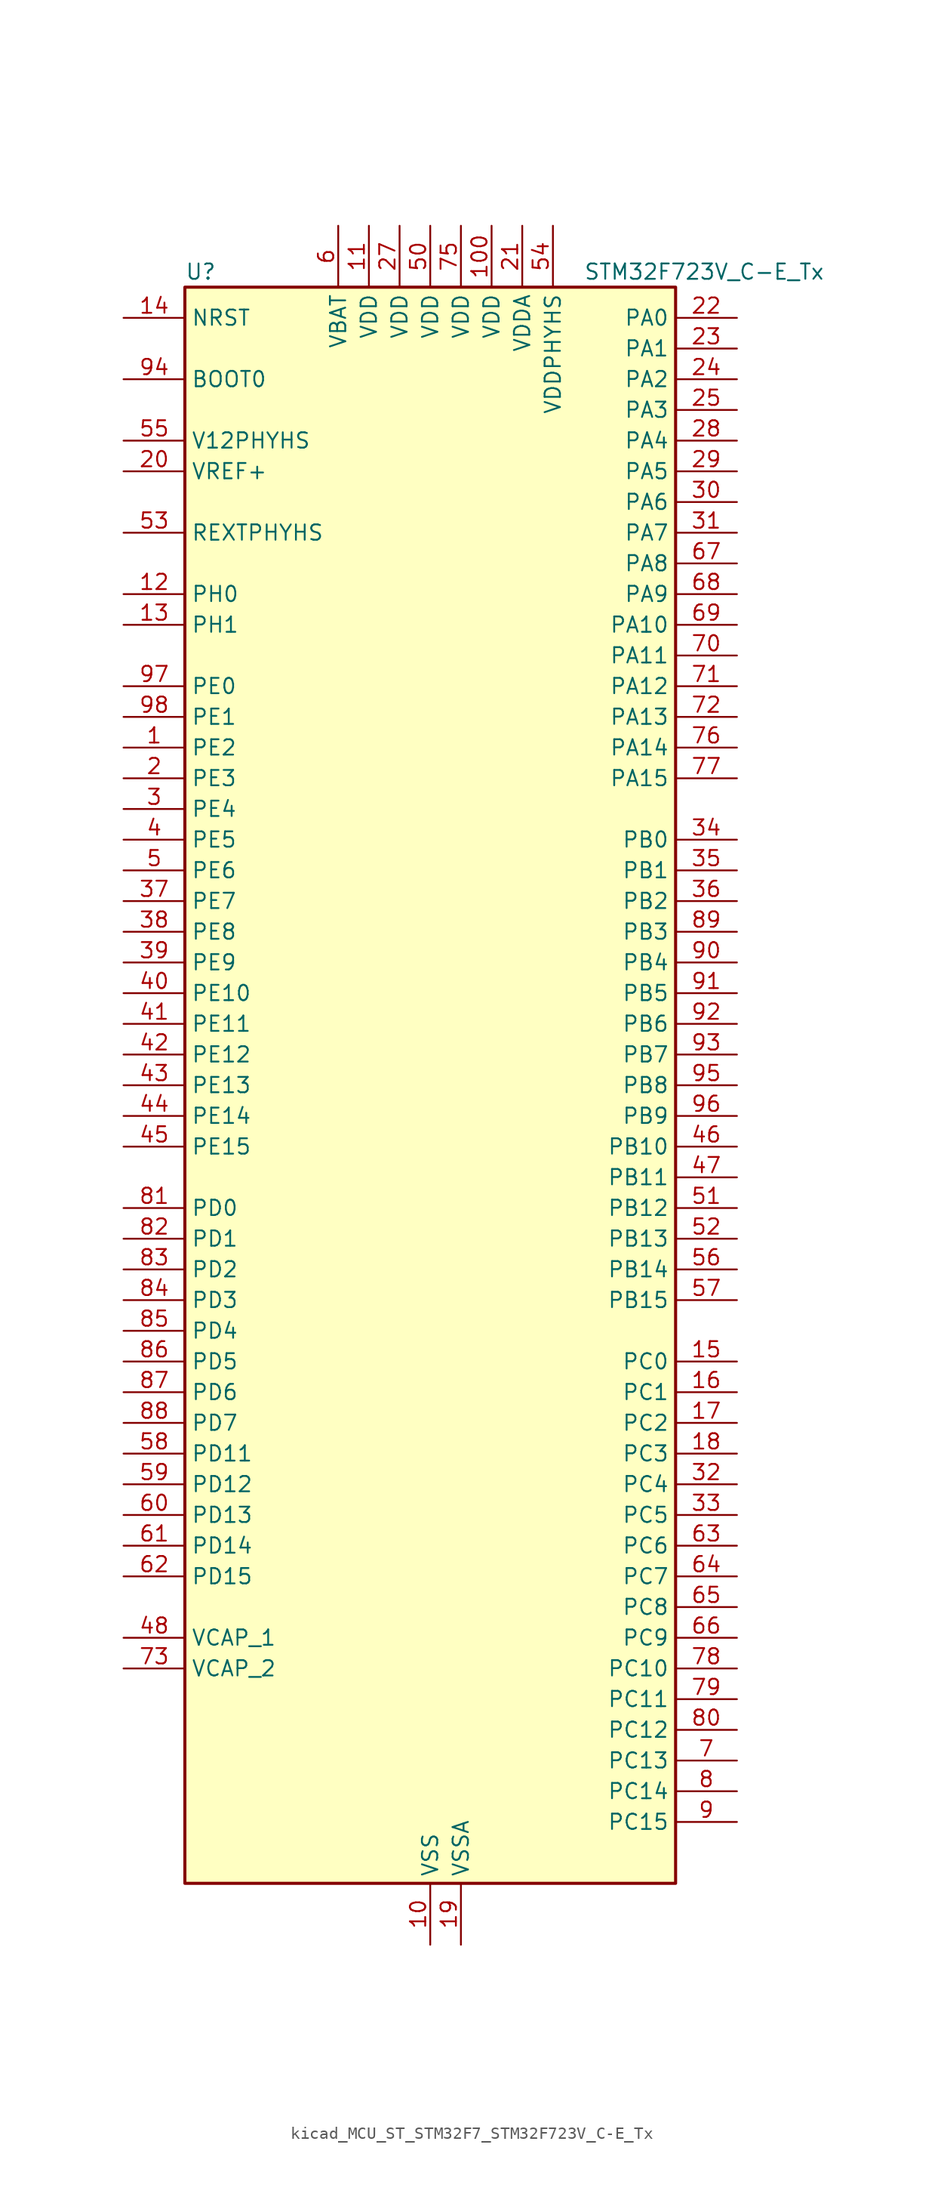
<source format=kicad_sym>
(kicad_symbol_lib
  (version 20220914)
  (generator kicad_symbol_editor)
  (symbol "kicad_MCU_ST_STM32F7_STM32F723V_C-E_Tx"
    (property "Reference" "U"
      (at -20.32 67.31 0)
      (effects (font (size 1.27 1.27)) (justify left)))
    (property "Value" "STM32F723V_C-E_Tx"
      (at 12.7 67.31 0)
      (effects (font (size 1.27 1.27)) (justify left)))
    (property "ki_locked" ""
      (at 0 0 0)
      (effects (font (size 1.27 1.27))))
    (symbol "kicad_MCU_ST_STM32F7_STM32F723V_C-E_Tx_0_1"
      (rectangle (start -20.32 -66.04) (end 20.32 66.04) (stroke (width 0.254) (type default)) (fill (type background))))
    (symbol "kicad_MCU_ST_STM32F7_STM32F723V_C-E_Tx_1_1"
      (pin bidirectional line (at -25.4 27.94 0) (length 5.08) (name "PE2" (effects (font (size 1.27 1.27)))) (number "1" (effects (font (size 1.27 1.27)))) (alternate "FMC_A23" bidirectional line) (alternate "QUADSPI_BK1_IO2" bidirectional line) (alternate "SAI1_MCLK_A" bidirectional line) (alternate "SPI4_SCK" bidirectional line) (alternate "SYS_TRACECLK" bidirectional line))
      (pin power_in line (at 0 -71.12 90) (length 5.08) (name "VSS" (effects (font (size 1.27 1.27)))) (number "10" (effects (font (size 1.27 1.27)))))
      (pin power_in line (at 5.08 71.12 270) (length 5.08) (name "VDD" (effects (font (size 1.27 1.27)))) (number "100" (effects (font (size 1.27 1.27)))))
      (pin power_in line (at -5.08 71.12 270) (length 5.08) (name "VDD" (effects (font (size 1.27 1.27)))) (number "11" (effects (font (size 1.27 1.27)))))
      (pin bidirectional line (at -25.4 40.64 0) (length 5.08) (name "PH0" (effects (font (size 1.27 1.27)))) (number "12" (effects (font (size 1.27 1.27)))) (alternate "RCC_OSC_IN" bidirectional line))
      (pin bidirectional line (at -25.4 38.1 0) (length 5.08) (name "PH1" (effects (font (size 1.27 1.27)))) (number "13" (effects (font (size 1.27 1.27)))) (alternate "RCC_OSC_OUT" bidirectional line))
      (pin input line (at -25.4 63.5 0) (length 5.08) (name "NRST" (effects (font (size 1.27 1.27)))) (number "14" (effects (font (size 1.27 1.27)))))
      (pin bidirectional line (at 25.4 -22.86 180) (length 5.08) (name "PC0" (effects (font (size 1.27 1.27)))) (number "15" (effects (font (size 1.27 1.27)))) (alternate "ADC1_IN10" bidirectional line) (alternate "ADC2_IN10" bidirectional line) (alternate "ADC3_IN10" bidirectional line) (alternate "FMC_SDNWE" bidirectional line) (alternate "SAI2_FS_B" bidirectional line))
      (pin bidirectional line (at 25.4 -25.4 180) (length 5.08) (name "PC1" (effects (font (size 1.27 1.27)))) (number "16" (effects (font (size 1.27 1.27)))) (alternate "ADC1_IN11" bidirectional line) (alternate "ADC2_IN11" bidirectional line) (alternate "ADC3_IN11" bidirectional line) (alternate "I2S2_SD" bidirectional line) (alternate "RTC_TAMP3" bidirectional line) (alternate "RTC_TS" bidirectional line) (alternate "SAI1_SD_A" bidirectional line) (alternate "SPI2_MOSI" bidirectional line) (alternate "SYS_TRACED0" bidirectional line) (alternate "SYS_WKUP3" bidirectional line))
      (pin bidirectional line (at 25.4 -27.94 180) (length 5.08) (name "PC2" (effects (font (size 1.27 1.27)))) (number "17" (effects (font (size 1.27 1.27)))) (alternate "ADC1_IN12" bidirectional line) (alternate "ADC2_IN12" bidirectional line) (alternate "ADC3_IN12" bidirectional line) (alternate "FMC_SDNE0" bidirectional line) (alternate "SPI2_MISO" bidirectional line))
      (pin bidirectional line (at 25.4 -30.48 180) (length 5.08) (name "PC3" (effects (font (size 1.27 1.27)))) (number "18" (effects (font (size 1.27 1.27)))) (alternate "ADC1_IN13" bidirectional line) (alternate "ADC2_IN13" bidirectional line) (alternate "ADC3_IN13" bidirectional line) (alternate "FMC_SDCKE0" bidirectional line) (alternate "I2S2_SD" bidirectional line) (alternate "SPI2_MOSI" bidirectional line))
      (pin power_in line (at 2.54 -71.12 90) (length 5.08) (name "VSSA" (effects (font (size 1.27 1.27)))) (number "19" (effects (font (size 1.27 1.27)))))
      (pin bidirectional line (at -25.4 25.4 0) (length 5.08) (name "PE3" (effects (font (size 1.27 1.27)))) (number "2" (effects (font (size 1.27 1.27)))) (alternate "FMC_A19" bidirectional line) (alternate "SAI1_SD_B" bidirectional line) (alternate "SYS_TRACED0" bidirectional line))
      (pin input line (at -25.4 50.8 0) (length 5.08) (name "VREF+" (effects (font (size 1.27 1.27)))) (number "20" (effects (font (size 1.27 1.27)))))
      (pin power_in line (at 7.62 71.12 270) (length 5.08) (name "VDDA" (effects (font (size 1.27 1.27)))) (number "21" (effects (font (size 1.27 1.27)))))
      (pin bidirectional line (at 25.4 63.5 180) (length 5.08) (name "PA0" (effects (font (size 1.27 1.27)))) (number "22" (effects (font (size 1.27 1.27)))) (alternate "ADC1_IN0" bidirectional line) (alternate "ADC2_IN0" bidirectional line) (alternate "ADC3_IN0" bidirectional line) (alternate "SAI2_SD_B" bidirectional line) (alternate "SYS_WKUP1" bidirectional line) (alternate "TIM2_CH1" bidirectional line) (alternate "TIM2_ETR" bidirectional line) (alternate "TIM5_CH1" bidirectional line) (alternate "TIM8_ETR" bidirectional line) (alternate "UART4_TX" bidirectional line) (alternate "USART2_CTS" bidirectional line))
      (pin bidirectional line (at 25.4 60.96 180) (length 5.08) (name "PA1" (effects (font (size 1.27 1.27)))) (number "23" (effects (font (size 1.27 1.27)))) (alternate "ADC1_IN1" bidirectional line) (alternate "ADC2_IN1" bidirectional line) (alternate "ADC3_IN1" bidirectional line) (alternate "QUADSPI_BK1_IO3" bidirectional line) (alternate "SAI2_MCLK_B" bidirectional line) (alternate "TIM2_CH2" bidirectional line) (alternate "TIM5_CH2" bidirectional line) (alternate "UART4_RX" bidirectional line) (alternate "USART2_DE" bidirectional line) (alternate "USART2_RTS" bidirectional line))
      (pin bidirectional line (at 25.4 58.42 180) (length 5.08) (name "PA2" (effects (font (size 1.27 1.27)))) (number "24" (effects (font (size 1.27 1.27)))) (alternate "ADC1_IN2" bidirectional line) (alternate "ADC2_IN2" bidirectional line) (alternate "ADC3_IN2" bidirectional line) (alternate "SAI2_SCK_B" bidirectional line) (alternate "SYS_WKUP2" bidirectional line) (alternate "TIM2_CH3" bidirectional line) (alternate "TIM5_CH3" bidirectional line) (alternate "TIM9_CH1" bidirectional line) (alternate "USART2_TX" bidirectional line))
      (pin bidirectional line (at 25.4 55.88 180) (length 5.08) (name "PA3" (effects (font (size 1.27 1.27)))) (number "25" (effects (font (size 1.27 1.27)))) (alternate "ADC1_IN3" bidirectional line) (alternate "ADC2_IN3" bidirectional line) (alternate "ADC3_IN3" bidirectional line) (alternate "TIM2_CH4" bidirectional line) (alternate "TIM5_CH4" bidirectional line) (alternate "TIM9_CH2" bidirectional line) (alternate "USART2_RX" bidirectional line))
      (pin passive line (at 0 -71.12 90) (length 5.08) hide (name "VSS" (effects (font (size 1.27 1.27)))) (number "26" (effects (font (size 1.27 1.27)))))
      (pin power_in line (at -2.54 71.12 270) (length 5.08) (name "VDD" (effects (font (size 1.27 1.27)))) (number "27" (effects (font (size 1.27 1.27)))))
      (pin bidirectional line (at 25.4 53.34 180) (length 5.08) (name "PA4" (effects (font (size 1.27 1.27)))) (number "28" (effects (font (size 1.27 1.27)))) (alternate "ADC1_IN4" bidirectional line) (alternate "ADC2_IN4" bidirectional line) (alternate "DAC_OUT1" bidirectional line) (alternate "I2S1_WS" bidirectional line) (alternate "I2S3_WS" bidirectional line) (alternate "SPI1_NSS" bidirectional line) (alternate "SPI3_NSS" bidirectional line) (alternate "USART2_CK" bidirectional line) (alternate "USB_OTG_HS_SOF" bidirectional line))
      (pin bidirectional line (at 25.4 50.8 180) (length 5.08) (name "PA5" (effects (font (size 1.27 1.27)))) (number "29" (effects (font (size 1.27 1.27)))) (alternate "ADC1_IN5" bidirectional line) (alternate "ADC2_IN5" bidirectional line) (alternate "DAC_OUT2" bidirectional line) (alternate "I2S1_CK" bidirectional line) (alternate "SPI1_SCK" bidirectional line) (alternate "TIM2_CH1" bidirectional line) (alternate "TIM2_ETR" bidirectional line) (alternate "TIM8_CH1N" bidirectional line))
      (pin bidirectional line (at -25.4 22.86 0) (length 5.08) (name "PE4" (effects (font (size 1.27 1.27)))) (number "3" (effects (font (size 1.27 1.27)))) (alternate "FMC_A20" bidirectional line) (alternate "SAI1_FS_A" bidirectional line) (alternate "SPI4_NSS" bidirectional line) (alternate "SYS_TRACED1" bidirectional line))
      (pin bidirectional line (at 25.4 48.26 180) (length 5.08) (name "PA6" (effects (font (size 1.27 1.27)))) (number "30" (effects (font (size 1.27 1.27)))) (alternate "ADC1_IN6" bidirectional line) (alternate "ADC2_IN6" bidirectional line) (alternate "SPI1_MISO" bidirectional line) (alternate "TIM13_CH1" bidirectional line) (alternate "TIM1_BKIN" bidirectional line) (alternate "TIM3_CH1" bidirectional line) (alternate "TIM8_BKIN" bidirectional line))
      (pin bidirectional line (at 25.4 45.72 180) (length 5.08) (name "PA7" (effects (font (size 1.27 1.27)))) (number "31" (effects (font (size 1.27 1.27)))) (alternate "ADC1_IN7" bidirectional line) (alternate "ADC2_IN7" bidirectional line) (alternate "FMC_SDNWE" bidirectional line) (alternate "I2S1_SD" bidirectional line) (alternate "SPI1_MOSI" bidirectional line) (alternate "TIM14_CH1" bidirectional line) (alternate "TIM1_CH1N" bidirectional line) (alternate "TIM3_CH2" bidirectional line) (alternate "TIM8_CH1N" bidirectional line))
      (pin bidirectional line (at 25.4 -33.02 180) (length 5.08) (name "PC4" (effects (font (size 1.27 1.27)))) (number "32" (effects (font (size 1.27 1.27)))) (alternate "ADC1_IN14" bidirectional line) (alternate "ADC2_IN14" bidirectional line) (alternate "FMC_SDNE0" bidirectional line) (alternate "I2S1_MCK" bidirectional line))
      (pin bidirectional line (at 25.4 -35.56 180) (length 5.08) (name "PC5" (effects (font (size 1.27 1.27)))) (number "33" (effects (font (size 1.27 1.27)))) (alternate "ADC1_IN15" bidirectional line) (alternate "ADC2_IN15" bidirectional line) (alternate "FMC_SDCKE0" bidirectional line))
      (pin bidirectional line (at 25.4 20.32 180) (length 5.08) (name "PB0" (effects (font (size 1.27 1.27)))) (number "34" (effects (font (size 1.27 1.27)))) (alternate "ADC1_IN8" bidirectional line) (alternate "ADC2_IN8" bidirectional line) (alternate "TIM1_CH2N" bidirectional line) (alternate "TIM3_CH3" bidirectional line) (alternate "TIM8_CH2N" bidirectional line) (alternate "UART4_CTS" bidirectional line))
      (pin bidirectional line (at 25.4 17.78 180) (length 5.08) (name "PB1" (effects (font (size 1.27 1.27)))) (number "35" (effects (font (size 1.27 1.27)))) (alternate "ADC1_IN9" bidirectional line) (alternate "ADC2_IN9" bidirectional line) (alternate "TIM1_CH3N" bidirectional line) (alternate "TIM3_CH4" bidirectional line) (alternate "TIM8_CH3N" bidirectional line))
      (pin bidirectional line (at 25.4 15.24 180) (length 5.08) (name "PB2" (effects (font (size 1.27 1.27)))) (number "36" (effects (font (size 1.27 1.27)))) (alternate "I2S3_SD" bidirectional line) (alternate "QUADSPI_CLK" bidirectional line) (alternate "SAI1_SD_A" bidirectional line) (alternate "SPI3_MOSI" bidirectional line))
      (pin bidirectional line (at -25.4 15.24 0) (length 5.08) (name "PE7" (effects (font (size 1.27 1.27)))) (number "37" (effects (font (size 1.27 1.27)))) (alternate "FMC_D4" bidirectional line) (alternate "FMC_DA4" bidirectional line) (alternate "QUADSPI_BK2_IO0" bidirectional line) (alternate "TIM1_ETR" bidirectional line) (alternate "UART7_RX" bidirectional line))
      (pin bidirectional line (at -25.4 12.7 0) (length 5.08) (name "PE8" (effects (font (size 1.27 1.27)))) (number "38" (effects (font (size 1.27 1.27)))) (alternate "FMC_D5" bidirectional line) (alternate "FMC_DA5" bidirectional line) (alternate "QUADSPI_BK2_IO1" bidirectional line) (alternate "TIM1_CH1N" bidirectional line) (alternate "UART7_TX" bidirectional line))
      (pin bidirectional line (at -25.4 10.16 0) (length 5.08) (name "PE9" (effects (font (size 1.27 1.27)))) (number "39" (effects (font (size 1.27 1.27)))) (alternate "DAC_EXTI9" bidirectional line) (alternate "FMC_D6" bidirectional line) (alternate "FMC_DA6" bidirectional line) (alternate "QUADSPI_BK2_IO2" bidirectional line) (alternate "TIM1_CH1" bidirectional line) (alternate "UART7_DE" bidirectional line) (alternate "UART7_RTS" bidirectional line))
      (pin bidirectional line (at -25.4 20.32 0) (length 5.08) (name "PE5" (effects (font (size 1.27 1.27)))) (number "4" (effects (font (size 1.27 1.27)))) (alternate "FMC_A21" bidirectional line) (alternate "SAI1_SCK_A" bidirectional line) (alternate "SPI4_MISO" bidirectional line) (alternate "SYS_TRACED2" bidirectional line) (alternate "TIM9_CH1" bidirectional line))
      (pin bidirectional line (at -25.4 7.62 0) (length 5.08) (name "PE10" (effects (font (size 1.27 1.27)))) (number "40" (effects (font (size 1.27 1.27)))) (alternate "FMC_D7" bidirectional line) (alternate "FMC_DA7" bidirectional line) (alternate "QUADSPI_BK2_IO3" bidirectional line) (alternate "TIM1_CH2N" bidirectional line) (alternate "UART7_CTS" bidirectional line))
      (pin bidirectional line (at -25.4 5.08 0) (length 5.08) (name "PE11" (effects (font (size 1.27 1.27)))) (number "41" (effects (font (size 1.27 1.27)))) (alternate "ADC1_EXTI11" bidirectional line) (alternate "ADC2_EXTI11" bidirectional line) (alternate "ADC3_EXTI11" bidirectional line) (alternate "FMC_D8" bidirectional line) (alternate "FMC_DA8" bidirectional line) (alternate "SAI2_SD_B" bidirectional line) (alternate "SPI4_NSS" bidirectional line) (alternate "TIM1_CH2" bidirectional line))
      (pin bidirectional line (at -25.4 2.54 0) (length 5.08) (name "PE12" (effects (font (size 1.27 1.27)))) (number "42" (effects (font (size 1.27 1.27)))) (alternate "FMC_D9" bidirectional line) (alternate "FMC_DA9" bidirectional line) (alternate "SAI2_SCK_B" bidirectional line) (alternate "SPI4_SCK" bidirectional line) (alternate "TIM1_CH3N" bidirectional line))
      (pin bidirectional line (at -25.4 0 0) (length 5.08) (name "PE13" (effects (font (size 1.27 1.27)))) (number "43" (effects (font (size 1.27 1.27)))) (alternate "FMC_D10" bidirectional line) (alternate "FMC_DA10" bidirectional line) (alternate "SAI2_FS_B" bidirectional line) (alternate "SPI4_MISO" bidirectional line) (alternate "TIM1_CH3" bidirectional line))
      (pin bidirectional line (at -25.4 -2.54 0) (length 5.08) (name "PE14" (effects (font (size 1.27 1.27)))) (number "44" (effects (font (size 1.27 1.27)))) (alternate "FMC_D11" bidirectional line) (alternate "FMC_DA11" bidirectional line) (alternate "SAI2_MCLK_B" bidirectional line) (alternate "SPI4_MOSI" bidirectional line) (alternate "TIM1_CH4" bidirectional line))
      (pin bidirectional line (at -25.4 -5.08 0) (length 5.08) (name "PE15" (effects (font (size 1.27 1.27)))) (number "45" (effects (font (size 1.27 1.27)))) (alternate "FMC_D12" bidirectional line) (alternate "FMC_DA12" bidirectional line) (alternate "TIM1_BKIN" bidirectional line))
      (pin bidirectional line (at 25.4 -5.08 180) (length 5.08) (name "PB10" (effects (font (size 1.27 1.27)))) (number "46" (effects (font (size 1.27 1.27)))) (alternate "I2C2_SCL" bidirectional line) (alternate "I2S2_CK" bidirectional line) (alternate "SPI2_SCK" bidirectional line) (alternate "TIM2_CH3" bidirectional line) (alternate "USART3_TX" bidirectional line))
      (pin bidirectional line (at 25.4 -7.62 180) (length 5.08) (name "PB11" (effects (font (size 1.27 1.27)))) (number "47" (effects (font (size 1.27 1.27)))) (alternate "ADC1_EXTI11" bidirectional line) (alternate "ADC2_EXTI11" bidirectional line) (alternate "ADC3_EXTI11" bidirectional line) (alternate "I2C2_SDA" bidirectional line) (alternate "TIM2_CH4" bidirectional line) (alternate "USART3_RX" bidirectional line))
      (pin power_out line (at -25.4 -45.72 0) (length 5.08) (name "VCAP_1" (effects (font (size 1.27 1.27)))) (number "48" (effects (font (size 1.27 1.27)))))
      (pin passive line (at 0 -71.12 90) (length 5.08) hide (name "VSS" (effects (font (size 1.27 1.27)))) (number "49" (effects (font (size 1.27 1.27)))))
      (pin bidirectional line (at -25.4 17.78 0) (length 5.08) (name "PE6" (effects (font (size 1.27 1.27)))) (number "5" (effects (font (size 1.27 1.27)))) (alternate "FMC_A22" bidirectional line) (alternate "SAI1_SD_A" bidirectional line) (alternate "SAI2_MCLK_B" bidirectional line) (alternate "SPI4_MOSI" bidirectional line) (alternate "SYS_TRACED3" bidirectional line) (alternate "TIM1_BKIN2" bidirectional line) (alternate "TIM9_CH2" bidirectional line))
      (pin power_in line (at 0 71.12 270) (length 5.08) (name "VDD" (effects (font (size 1.27 1.27)))) (number "50" (effects (font (size 1.27 1.27)))))
      (pin bidirectional line (at 25.4 -10.16 180) (length 5.08) (name "PB12" (effects (font (size 1.27 1.27)))) (number "51" (effects (font (size 1.27 1.27)))) (alternate "I2C2_SMBA" bidirectional line) (alternate "I2S2_WS" bidirectional line) (alternate "SPI2_NSS" bidirectional line) (alternate "TIM1_BKIN" bidirectional line) (alternate "USART3_CK" bidirectional line) (alternate "USB_OTG_HS_ID" bidirectional line))
      (pin bidirectional line (at 25.4 -12.7 180) (length 5.08) (name "PB13" (effects (font (size 1.27 1.27)))) (number "52" (effects (font (size 1.27 1.27)))) (alternate "I2S2_CK" bidirectional line) (alternate "SPI2_SCK" bidirectional line) (alternate "TIM1_CH1N" bidirectional line) (alternate "USART3_CTS" bidirectional line) (alternate "USB_OTG_HS_VBUS" bidirectional line))
      (pin bidirectional line (at -25.4 45.72 0) (length 5.08) (name "REXTPHYHS" (effects (font (size 1.27 1.27)))) (number "53" (effects (font (size 1.27 1.27)))) (alternate "USB_OTG_HS_REXTPHYHS" bidirectional line))
      (pin power_in line (at 10.16 71.12 270) (length 5.08) (name "VDDPHYHS" (effects (font (size 1.27 1.27)))) (number "54" (effects (font (size 1.27 1.27)))))
      (pin power_in line (at -25.4 53.34 0) (length 5.08) (name "V12PHYHS" (effects (font (size 1.27 1.27)))) (number "55" (effects (font (size 1.27 1.27)))))
      (pin bidirectional line (at 25.4 -15.24 180) (length 5.08) (name "PB14" (effects (font (size 1.27 1.27)))) (number "56" (effects (font (size 1.27 1.27)))) (alternate "USB_OTG_HS_DM" bidirectional line))
      (pin bidirectional line (at 25.4 -17.78 180) (length 5.08) (name "PB15" (effects (font (size 1.27 1.27)))) (number "57" (effects (font (size 1.27 1.27)))) (alternate "USB_OTG_HS_DP" bidirectional line))
      (pin bidirectional line (at -25.4 -30.48 0) (length 5.08) (name "PD11" (effects (font (size 1.27 1.27)))) (number "58" (effects (font (size 1.27 1.27)))) (alternate "ADC1_EXTI11" bidirectional line) (alternate "ADC2_EXTI11" bidirectional line) (alternate "ADC3_EXTI11" bidirectional line) (alternate "FMC_A16" bidirectional line) (alternate "FMC_CLE" bidirectional line) (alternate "QUADSPI_BK1_IO0" bidirectional line) (alternate "SAI2_SD_A" bidirectional line) (alternate "USART3_CTS" bidirectional line))
      (pin bidirectional line (at -25.4 -33.02 0) (length 5.08) (name "PD12" (effects (font (size 1.27 1.27)))) (number "59" (effects (font (size 1.27 1.27)))) (alternate "FMC_A17" bidirectional line) (alternate "FMC_ALE" bidirectional line) (alternate "LPTIM1_IN1" bidirectional line) (alternate "QUADSPI_BK1_IO1" bidirectional line) (alternate "SAI2_FS_A" bidirectional line) (alternate "TIM4_CH1" bidirectional line) (alternate "USART3_DE" bidirectional line) (alternate "USART3_RTS" bidirectional line))
      (pin power_in line (at -7.62 71.12 270) (length 5.08) (name "VBAT" (effects (font (size 1.27 1.27)))) (number "6" (effects (font (size 1.27 1.27)))))
      (pin bidirectional line (at -25.4 -35.56 0) (length 5.08) (name "PD13" (effects (font (size 1.27 1.27)))) (number "60" (effects (font (size 1.27 1.27)))) (alternate "FMC_A18" bidirectional line) (alternate "LPTIM1_OUT" bidirectional line) (alternate "QUADSPI_BK1_IO3" bidirectional line) (alternate "SAI2_SCK_A" bidirectional line) (alternate "TIM4_CH2" bidirectional line))
      (pin bidirectional line (at -25.4 -38.1 0) (length 5.08) (name "PD14" (effects (font (size 1.27 1.27)))) (number "61" (effects (font (size 1.27 1.27)))) (alternate "FMC_D0" bidirectional line) (alternate "FMC_DA0" bidirectional line) (alternate "TIM4_CH3" bidirectional line) (alternate "UART8_CTS" bidirectional line))
      (pin bidirectional line (at -25.4 -40.64 0) (length 5.08) (name "PD15" (effects (font (size 1.27 1.27)))) (number "62" (effects (font (size 1.27 1.27)))) (alternate "FMC_D1" bidirectional line) (alternate "FMC_DA1" bidirectional line) (alternate "TIM4_CH4" bidirectional line) (alternate "UART8_DE" bidirectional line) (alternate "UART8_RTS" bidirectional line))
      (pin bidirectional line (at 25.4 -38.1 180) (length 5.08) (name "PC6" (effects (font (size 1.27 1.27)))) (number "63" (effects (font (size 1.27 1.27)))) (alternate "I2S2_MCK" bidirectional line) (alternate "SDMMC1_D6" bidirectional line) (alternate "TIM3_CH1" bidirectional line) (alternate "TIM8_CH1" bidirectional line) (alternate "USART6_TX" bidirectional line))
      (pin bidirectional line (at 25.4 -40.64 180) (length 5.08) (name "PC7" (effects (font (size 1.27 1.27)))) (number "64" (effects (font (size 1.27 1.27)))) (alternate "I2S3_MCK" bidirectional line) (alternate "SDMMC1_D7" bidirectional line) (alternate "TIM3_CH2" bidirectional line) (alternate "TIM8_CH2" bidirectional line) (alternate "USART6_RX" bidirectional line))
      (pin bidirectional line (at 25.4 -43.18 180) (length 5.08) (name "PC8" (effects (font (size 1.27 1.27)))) (number "65" (effects (font (size 1.27 1.27)))) (alternate "SDMMC1_D0" bidirectional line) (alternate "SYS_TRACED1" bidirectional line) (alternate "TIM3_CH3" bidirectional line) (alternate "TIM8_CH3" bidirectional line) (alternate "UART5_DE" bidirectional line) (alternate "UART5_RTS" bidirectional line) (alternate "USART6_CK" bidirectional line))
      (pin bidirectional line (at 25.4 -45.72 180) (length 5.08) (name "PC9" (effects (font (size 1.27 1.27)))) (number "66" (effects (font (size 1.27 1.27)))) (alternate "DAC_EXTI9" bidirectional line) (alternate "I2C3_SDA" bidirectional line) (alternate "I2S_CKIN" bidirectional line) (alternate "QUADSPI_BK1_IO0" bidirectional line) (alternate "RCC_MCO_2" bidirectional line) (alternate "SDMMC1_D1" bidirectional line) (alternate "TIM3_CH4" bidirectional line) (alternate "TIM8_CH4" bidirectional line) (alternate "UART5_CTS" bidirectional line))
      (pin bidirectional line (at 25.4 43.18 180) (length 5.08) (name "PA8" (effects (font (size 1.27 1.27)))) (number "67" (effects (font (size 1.27 1.27)))) (alternate "I2C3_SCL" bidirectional line) (alternate "RCC_MCO_1" bidirectional line) (alternate "TIM1_CH1" bidirectional line) (alternate "TIM8_BKIN2" bidirectional line) (alternate "USART1_CK" bidirectional line) (alternate "USB_OTG_FS_SOF" bidirectional line))
      (pin bidirectional line (at 25.4 40.64 180) (length 5.08) (name "PA9" (effects (font (size 1.27 1.27)))) (number "68" (effects (font (size 1.27 1.27)))) (alternate "DAC_EXTI9" bidirectional line) (alternate "I2C3_SMBA" bidirectional line) (alternate "I2S2_CK" bidirectional line) (alternate "SPI2_SCK" bidirectional line) (alternate "TIM1_CH2" bidirectional line) (alternate "USART1_TX" bidirectional line) (alternate "USB_OTG_FS_VBUS" bidirectional line))
      (pin bidirectional line (at 25.4 38.1 180) (length 5.08) (name "PA10" (effects (font (size 1.27 1.27)))) (number "69" (effects (font (size 1.27 1.27)))) (alternate "TIM1_CH3" bidirectional line) (alternate "USART1_RX" bidirectional line) (alternate "USB_OTG_FS_ID" bidirectional line))
      (pin bidirectional line (at 25.4 -55.88 180) (length 5.08) (name "PC13" (effects (font (size 1.27 1.27)))) (number "7" (effects (font (size 1.27 1.27)))) (alternate "RTC_OUT" bidirectional line) (alternate "RTC_TAMP1" bidirectional line) (alternate "RTC_TS" bidirectional line) (alternate "SYS_WKUP4" bidirectional line))
      (pin bidirectional line (at 25.4 35.56 180) (length 5.08) (name "PA11" (effects (font (size 1.27 1.27)))) (number "70" (effects (font (size 1.27 1.27)))) (alternate "ADC1_EXTI11" bidirectional line) (alternate "ADC2_EXTI11" bidirectional line) (alternate "ADC3_EXTI11" bidirectional line) (alternate "CAN1_RX" bidirectional line) (alternate "TIM1_CH4" bidirectional line) (alternate "USART1_CTS" bidirectional line) (alternate "USB_OTG_FS_DM" bidirectional line))
      (pin bidirectional line (at 25.4 33.02 180) (length 5.08) (name "PA12" (effects (font (size 1.27 1.27)))) (number "71" (effects (font (size 1.27 1.27)))) (alternate "CAN1_TX" bidirectional line) (alternate "SAI2_FS_B" bidirectional line) (alternate "TIM1_ETR" bidirectional line) (alternate "USART1_DE" bidirectional line) (alternate "USART1_RTS" bidirectional line) (alternate "USB_OTG_FS_DP" bidirectional line))
      (pin bidirectional line (at 25.4 30.48 180) (length 5.08) (name "PA13" (effects (font (size 1.27 1.27)))) (number "72" (effects (font (size 1.27 1.27)))) (alternate "SYS_JTMS-SWDIO" bidirectional line))
      (pin power_out line (at -25.4 -48.26 0) (length 5.08) (name "VCAP_2" (effects (font (size 1.27 1.27)))) (number "73" (effects (font (size 1.27 1.27)))))
      (pin passive line (at 0 -71.12 90) (length 5.08) hide (name "VSS" (effects (font (size 1.27 1.27)))) (number "74" (effects (font (size 1.27 1.27)))))
      (pin power_in line (at 2.54 71.12 270) (length 5.08) (name "VDD" (effects (font (size 1.27 1.27)))) (number "75" (effects (font (size 1.27 1.27)))))
      (pin bidirectional line (at 25.4 27.94 180) (length 5.08) (name "PA14" (effects (font (size 1.27 1.27)))) (number "76" (effects (font (size 1.27 1.27)))) (alternate "SYS_JTCK-SWCLK" bidirectional line))
      (pin bidirectional line (at 25.4 25.4 180) (length 5.08) (name "PA15" (effects (font (size 1.27 1.27)))) (number "77" (effects (font (size 1.27 1.27)))) (alternate "I2S1_WS" bidirectional line) (alternate "I2S3_WS" bidirectional line) (alternate "SPI1_NSS" bidirectional line) (alternate "SPI3_NSS" bidirectional line) (alternate "SYS_JTDI" bidirectional line) (alternate "TIM2_CH1" bidirectional line) (alternate "TIM2_ETR" bidirectional line) (alternate "UART4_DE" bidirectional line) (alternate "UART4_RTS" bidirectional line))
      (pin bidirectional line (at 25.4 -48.26 180) (length 5.08) (name "PC10" (effects (font (size 1.27 1.27)))) (number "78" (effects (font (size 1.27 1.27)))) (alternate "I2S3_CK" bidirectional line) (alternate "QUADSPI_BK1_IO1" bidirectional line) (alternate "SDMMC1_D2" bidirectional line) (alternate "SPI3_SCK" bidirectional line) (alternate "UART4_TX" bidirectional line) (alternate "USART3_TX" bidirectional line))
      (pin bidirectional line (at 25.4 -50.8 180) (length 5.08) (name "PC11" (effects (font (size 1.27 1.27)))) (number "79" (effects (font (size 1.27 1.27)))) (alternate "ADC1_EXTI11" bidirectional line) (alternate "ADC2_EXTI11" bidirectional line) (alternate "ADC3_EXTI11" bidirectional line) (alternate "QUADSPI_BK2_NCS" bidirectional line) (alternate "SDMMC1_D3" bidirectional line) (alternate "SPI3_MISO" bidirectional line) (alternate "UART4_RX" bidirectional line) (alternate "USART3_RX" bidirectional line))
      (pin bidirectional line (at 25.4 -58.42 180) (length 5.08) (name "PC14" (effects (font (size 1.27 1.27)))) (number "8" (effects (font (size 1.27 1.27)))) (alternate "RCC_OSC32_IN" bidirectional line))
      (pin bidirectional line (at 25.4 -53.34 180) (length 5.08) (name "PC12" (effects (font (size 1.27 1.27)))) (number "80" (effects (font (size 1.27 1.27)))) (alternate "I2S3_SD" bidirectional line) (alternate "SDMMC1_CK" bidirectional line) (alternate "SPI3_MOSI" bidirectional line) (alternate "SYS_TRACED3" bidirectional line) (alternate "UART5_TX" bidirectional line) (alternate "USART3_CK" bidirectional line))
      (pin bidirectional line (at -25.4 -10.16 0) (length 5.08) (name "PD0" (effects (font (size 1.27 1.27)))) (number "81" (effects (font (size 1.27 1.27)))) (alternate "CAN1_RX" bidirectional line) (alternate "FMC_D2" bidirectional line) (alternate "FMC_DA2" bidirectional line))
      (pin bidirectional line (at -25.4 -12.7 0) (length 5.08) (name "PD1" (effects (font (size 1.27 1.27)))) (number "82" (effects (font (size 1.27 1.27)))) (alternate "CAN1_TX" bidirectional line) (alternate "FMC_D3" bidirectional line) (alternate "FMC_DA3" bidirectional line))
      (pin bidirectional line (at -25.4 -15.24 0) (length 5.08) (name "PD2" (effects (font (size 1.27 1.27)))) (number "83" (effects (font (size 1.27 1.27)))) (alternate "SDMMC1_CMD" bidirectional line) (alternate "SYS_TRACED2" bidirectional line) (alternate "TIM3_ETR" bidirectional line) (alternate "UART5_RX" bidirectional line))
      (pin bidirectional line (at -25.4 -17.78 0) (length 5.08) (name "PD3" (effects (font (size 1.27 1.27)))) (number "84" (effects (font (size 1.27 1.27)))) (alternate "FMC_CLK" bidirectional line) (alternate "I2S2_CK" bidirectional line) (alternate "SPI2_SCK" bidirectional line) (alternate "USART2_CTS" bidirectional line))
      (pin bidirectional line (at -25.4 -20.32 0) (length 5.08) (name "PD4" (effects (font (size 1.27 1.27)))) (number "85" (effects (font (size 1.27 1.27)))) (alternate "FMC_NOE" bidirectional line) (alternate "USART2_DE" bidirectional line) (alternate "USART2_RTS" bidirectional line))
      (pin bidirectional line (at -25.4 -22.86 0) (length 5.08) (name "PD5" (effects (font (size 1.27 1.27)))) (number "86" (effects (font (size 1.27 1.27)))) (alternate "FMC_NWE" bidirectional line) (alternate "USART2_TX" bidirectional line))
      (pin bidirectional line (at -25.4 -25.4 0) (length 5.08) (name "PD6" (effects (font (size 1.27 1.27)))) (number "87" (effects (font (size 1.27 1.27)))) (alternate "FMC_NWAIT" bidirectional line) (alternate "I2S3_SD" bidirectional line) (alternate "SAI1_SD_A" bidirectional line) (alternate "SPI3_MOSI" bidirectional line) (alternate "USART2_RX" bidirectional line))
      (pin bidirectional line (at -25.4 -27.94 0) (length 5.08) (name "PD7" (effects (font (size 1.27 1.27)))) (number "88" (effects (font (size 1.27 1.27)))) (alternate "FMC_NE1" bidirectional line) (alternate "USART2_CK" bidirectional line))
      (pin bidirectional line (at 25.4 12.7 180) (length 5.08) (name "PB3" (effects (font (size 1.27 1.27)))) (number "89" (effects (font (size 1.27 1.27)))) (alternate "I2S1_CK" bidirectional line) (alternate "I2S3_CK" bidirectional line) (alternate "SPI1_SCK" bidirectional line) (alternate "SPI3_SCK" bidirectional line) (alternate "SYS_JTDO-SWO" bidirectional line) (alternate "TIM2_CH2" bidirectional line))
      (pin bidirectional line (at 25.4 -60.96 180) (length 5.08) (name "PC15" (effects (font (size 1.27 1.27)))) (number "9" (effects (font (size 1.27 1.27)))) (alternate "RCC_OSC32_OUT" bidirectional line))
      (pin bidirectional line (at 25.4 10.16 180) (length 5.08) (name "PB4" (effects (font (size 1.27 1.27)))) (number "90" (effects (font (size 1.27 1.27)))) (alternate "I2S2_WS" bidirectional line) (alternate "SPI1_MISO" bidirectional line) (alternate "SPI2_NSS" bidirectional line) (alternate "SPI3_MISO" bidirectional line) (alternate "SYS_JTRST" bidirectional line) (alternate "TIM3_CH1" bidirectional line))
      (pin bidirectional line (at 25.4 7.62 180) (length 5.08) (name "PB5" (effects (font (size 1.27 1.27)))) (number "91" (effects (font (size 1.27 1.27)))) (alternate "FMC_SDCKE1" bidirectional line) (alternate "I2C1_SMBA" bidirectional line) (alternate "I2S1_SD" bidirectional line) (alternate "I2S3_SD" bidirectional line) (alternate "SPI1_MOSI" bidirectional line) (alternate "SPI3_MOSI" bidirectional line) (alternate "TIM3_CH2" bidirectional line))
      (pin bidirectional line (at 25.4 5.08 180) (length 5.08) (name "PB6" (effects (font (size 1.27 1.27)))) (number "92" (effects (font (size 1.27 1.27)))) (alternate "FMC_SDNE1" bidirectional line) (alternate "I2C1_SCL" bidirectional line) (alternate "QUADSPI_BK1_NCS" bidirectional line) (alternate "TIM4_CH1" bidirectional line) (alternate "USART1_TX" bidirectional line))
      (pin bidirectional line (at 25.4 2.54 180) (length 5.08) (name "PB7" (effects (font (size 1.27 1.27)))) (number "93" (effects (font (size 1.27 1.27)))) (alternate "FMC_NL" bidirectional line) (alternate "I2C1_SDA" bidirectional line) (alternate "TIM4_CH2" bidirectional line) (alternate "USART1_RX" bidirectional line))
      (pin input line (at -25.4 58.42 0) (length 5.08) (name "BOOT0" (effects (font (size 1.27 1.27)))) (number "94" (effects (font (size 1.27 1.27)))))
      (pin bidirectional line (at 25.4 0 180) (length 5.08) (name "PB8" (effects (font (size 1.27 1.27)))) (number "95" (effects (font (size 1.27 1.27)))) (alternate "CAN1_RX" bidirectional line) (alternate "I2C1_SCL" bidirectional line) (alternate "SDMMC1_D4" bidirectional line) (alternate "TIM10_CH1" bidirectional line) (alternate "TIM4_CH3" bidirectional line))
      (pin bidirectional line (at 25.4 -2.54 180) (length 5.08) (name "PB9" (effects (font (size 1.27 1.27)))) (number "96" (effects (font (size 1.27 1.27)))) (alternate "CAN1_TX" bidirectional line) (alternate "DAC_EXTI9" bidirectional line) (alternate "I2C1_SDA" bidirectional line) (alternate "I2S2_WS" bidirectional line) (alternate "SDMMC1_D5" bidirectional line) (alternate "SPI2_NSS" bidirectional line) (alternate "TIM11_CH1" bidirectional line) (alternate "TIM4_CH4" bidirectional line))
      (pin bidirectional line (at -25.4 33.02 0) (length 5.08) (name "PE0" (effects (font (size 1.27 1.27)))) (number "97" (effects (font (size 1.27 1.27)))) (alternate "FMC_NBL0" bidirectional line) (alternate "LPTIM1_ETR" bidirectional line) (alternate "SAI2_MCLK_A" bidirectional line) (alternate "TIM4_ETR" bidirectional line) (alternate "UART8_RX" bidirectional line))
      (pin bidirectional line (at -25.4 30.48 0) (length 5.08) (name "PE1" (effects (font (size 1.27 1.27)))) (number "98" (effects (font (size 1.27 1.27)))) (alternate "FMC_NBL1" bidirectional line) (alternate "LPTIM1_IN2" bidirectional line) (alternate "UART8_TX" bidirectional line))
      (pin passive line (at 0 -71.12 90) (length 5.08) hide (name "VSS" (effects (font (size 1.27 1.27)))) (number "99" (effects (font (size 1.27 1.27))))))))
</source>
